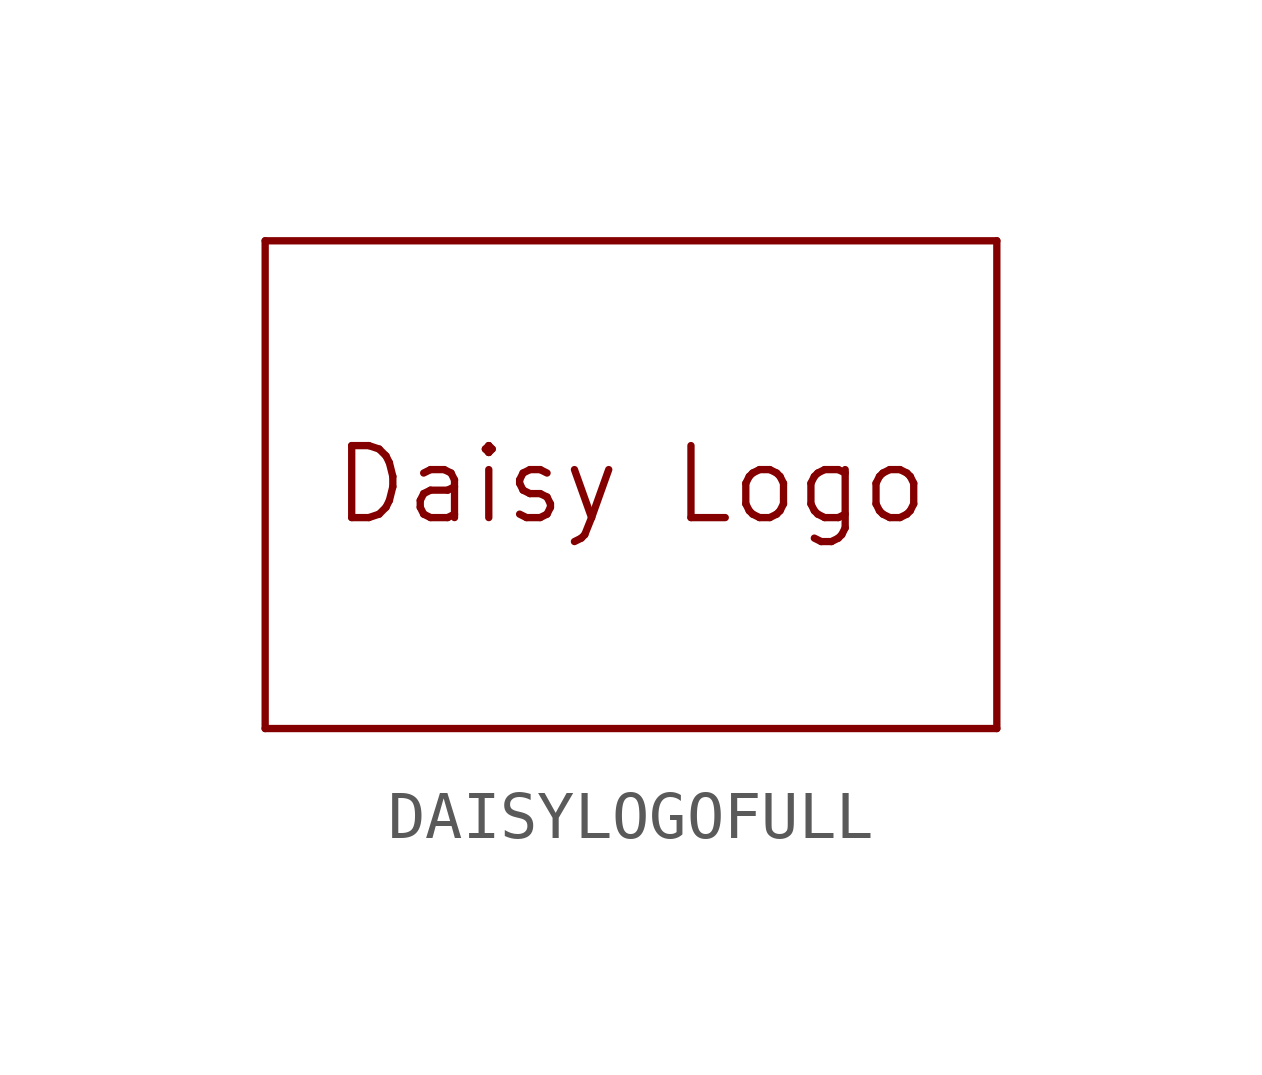
<source format=kicad_sym>
(kicad_symbol_lib
  (version 20211014)
  (generator kicad_symbol_editor)
  (symbol "DAISYLOGOFULL"
    (pin_names
      (offset 1.016))
    (property "Reference" ""
      (at 0 0 0)
      (effects (font (size 1.27 1.27)) hide))
    (property "ki_locked" ""
      (at 0 0 0)
      (effects (font (size 1.27 1.27))))
    (symbol "DAISYLOGOFULL_1_0"
      (polyline (pts (xy -7.62 -5.08) (xy 7.62 -5.08)) (stroke (width 0) (type default) (color 0 0 0 0)) (fill (type none)))
      (polyline (pts (xy -7.62 5.08) (xy -7.62 -5.08)) (stroke (width 0) (type default) (color 0 0 0 0)) (fill (type none)))
      (polyline (pts (xy 7.62 -5.08) (xy 7.62 5.08)) (stroke (width 0) (type default) (color 0 0 0 0)) (fill (type none)))
      (polyline (pts (xy 7.62 5.08) (xy -7.62 5.08)) (stroke (width 0) (type default) (color 0 0 0 0)) (fill (type none)))
      (text "Daisy Logo" (at 0 0 0) (effects (font (size 1.499 1.499)))))))
</source>
